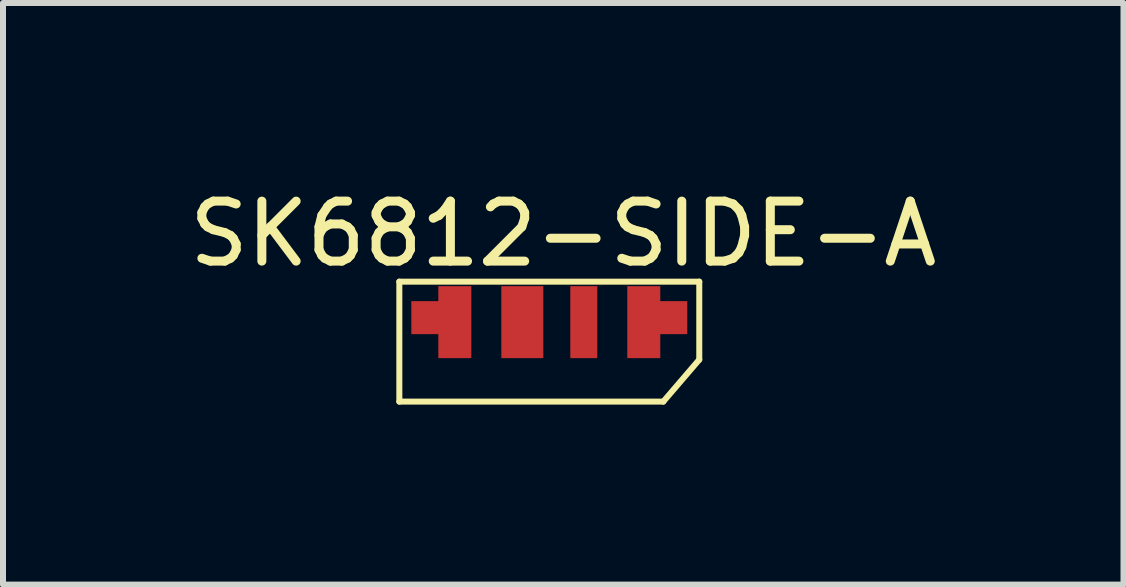
<source format=kicad_pcb>
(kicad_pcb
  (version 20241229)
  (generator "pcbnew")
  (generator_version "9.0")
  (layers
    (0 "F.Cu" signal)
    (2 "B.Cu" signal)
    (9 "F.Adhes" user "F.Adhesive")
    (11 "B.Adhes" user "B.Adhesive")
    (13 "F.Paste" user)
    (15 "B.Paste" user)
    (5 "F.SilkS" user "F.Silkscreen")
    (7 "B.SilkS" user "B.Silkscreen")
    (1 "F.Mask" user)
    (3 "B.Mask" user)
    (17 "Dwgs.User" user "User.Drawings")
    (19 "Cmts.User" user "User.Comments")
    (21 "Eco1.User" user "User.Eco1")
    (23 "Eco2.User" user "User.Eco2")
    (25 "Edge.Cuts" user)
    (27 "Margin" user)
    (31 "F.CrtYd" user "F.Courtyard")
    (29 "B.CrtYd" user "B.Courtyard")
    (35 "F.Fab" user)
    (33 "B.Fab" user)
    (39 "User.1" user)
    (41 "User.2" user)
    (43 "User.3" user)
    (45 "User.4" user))
  (footprint "SK6812-SIDE-A"
    (layer "F.Cu")
    (at 4.307 2.245)
    (property "Reference" "SK6812-SIDE-A" (at 2.032 -1.397 0) (layer "F.SilkS") (effects (font (size 1 1) (thickness 0.15))))
    (attr through_hole)
    (fp_line (start -0.7 -0.6) (end 4.3 -0.6) (stroke (width 0.1) (type solid)) (layer "F.SilkS"))
    (fp_line (start -0.7 1.4) (end -0.7 -0.6) (stroke (width 0.1) (type solid)) (layer "F.SilkS"))
    (fp_line (start 3.7 1.4) (end -0.7 1.4) (stroke (width 0.1) (type solid)) (layer "F.SilkS"))
    (fp_line (start 4.3 -0.6) (end 4.3 0.7) (stroke (width 0.1) (type solid)) (layer "F.SilkS"))
    (fp_line (start 4.3 0.7) (end 3.7 1.4) (stroke (width 0.1) (type solid)) (layer "F.SilkS"))
    (pad "1" smd custom (at 0 0) (size 1 0.55) (layers "F.Cu" "F.Mask" "F.Paste") (options (anchor rect)) (primitives (gr_poly (pts (xy -0.05 -0.525) (xy 0.5 -0.525) (xy 0.5 0.675) (xy -0.05 0.675)) (width 0) (fill yes))))
    (pad "2" smd rect (at 1.35 0) (size 0.7 1.2) (drill (offset 0 0.075)) (layers "F.Cu" "F.Mask" "F.Paste"))
    (pad "3" smd rect (at 2.375 0) (size 0.45 1.2) (drill (offset 0 0.075)) (layers "F.Cu" "F.Mask" "F.Paste"))
    (pad "4" smd custom (at 3.6 0) (size 1 0.55) (layers "F.Cu" "F.Mask" "F.Paste") (options (anchor rect)) (primitives (gr_poly (pts (xy 0.05 -0.525) (xy -0.5 -0.525) (xy -0.5 0.675) (xy 0.05 0.675)) (width 0) (fill yes)))))
  (gr_rect
    (start -3 -3)
    (end 15.679 6.695)
    (stroke (width 0.1) (type default))
    (fill no)
    (layer "Edge.Cuts")))
</source>
